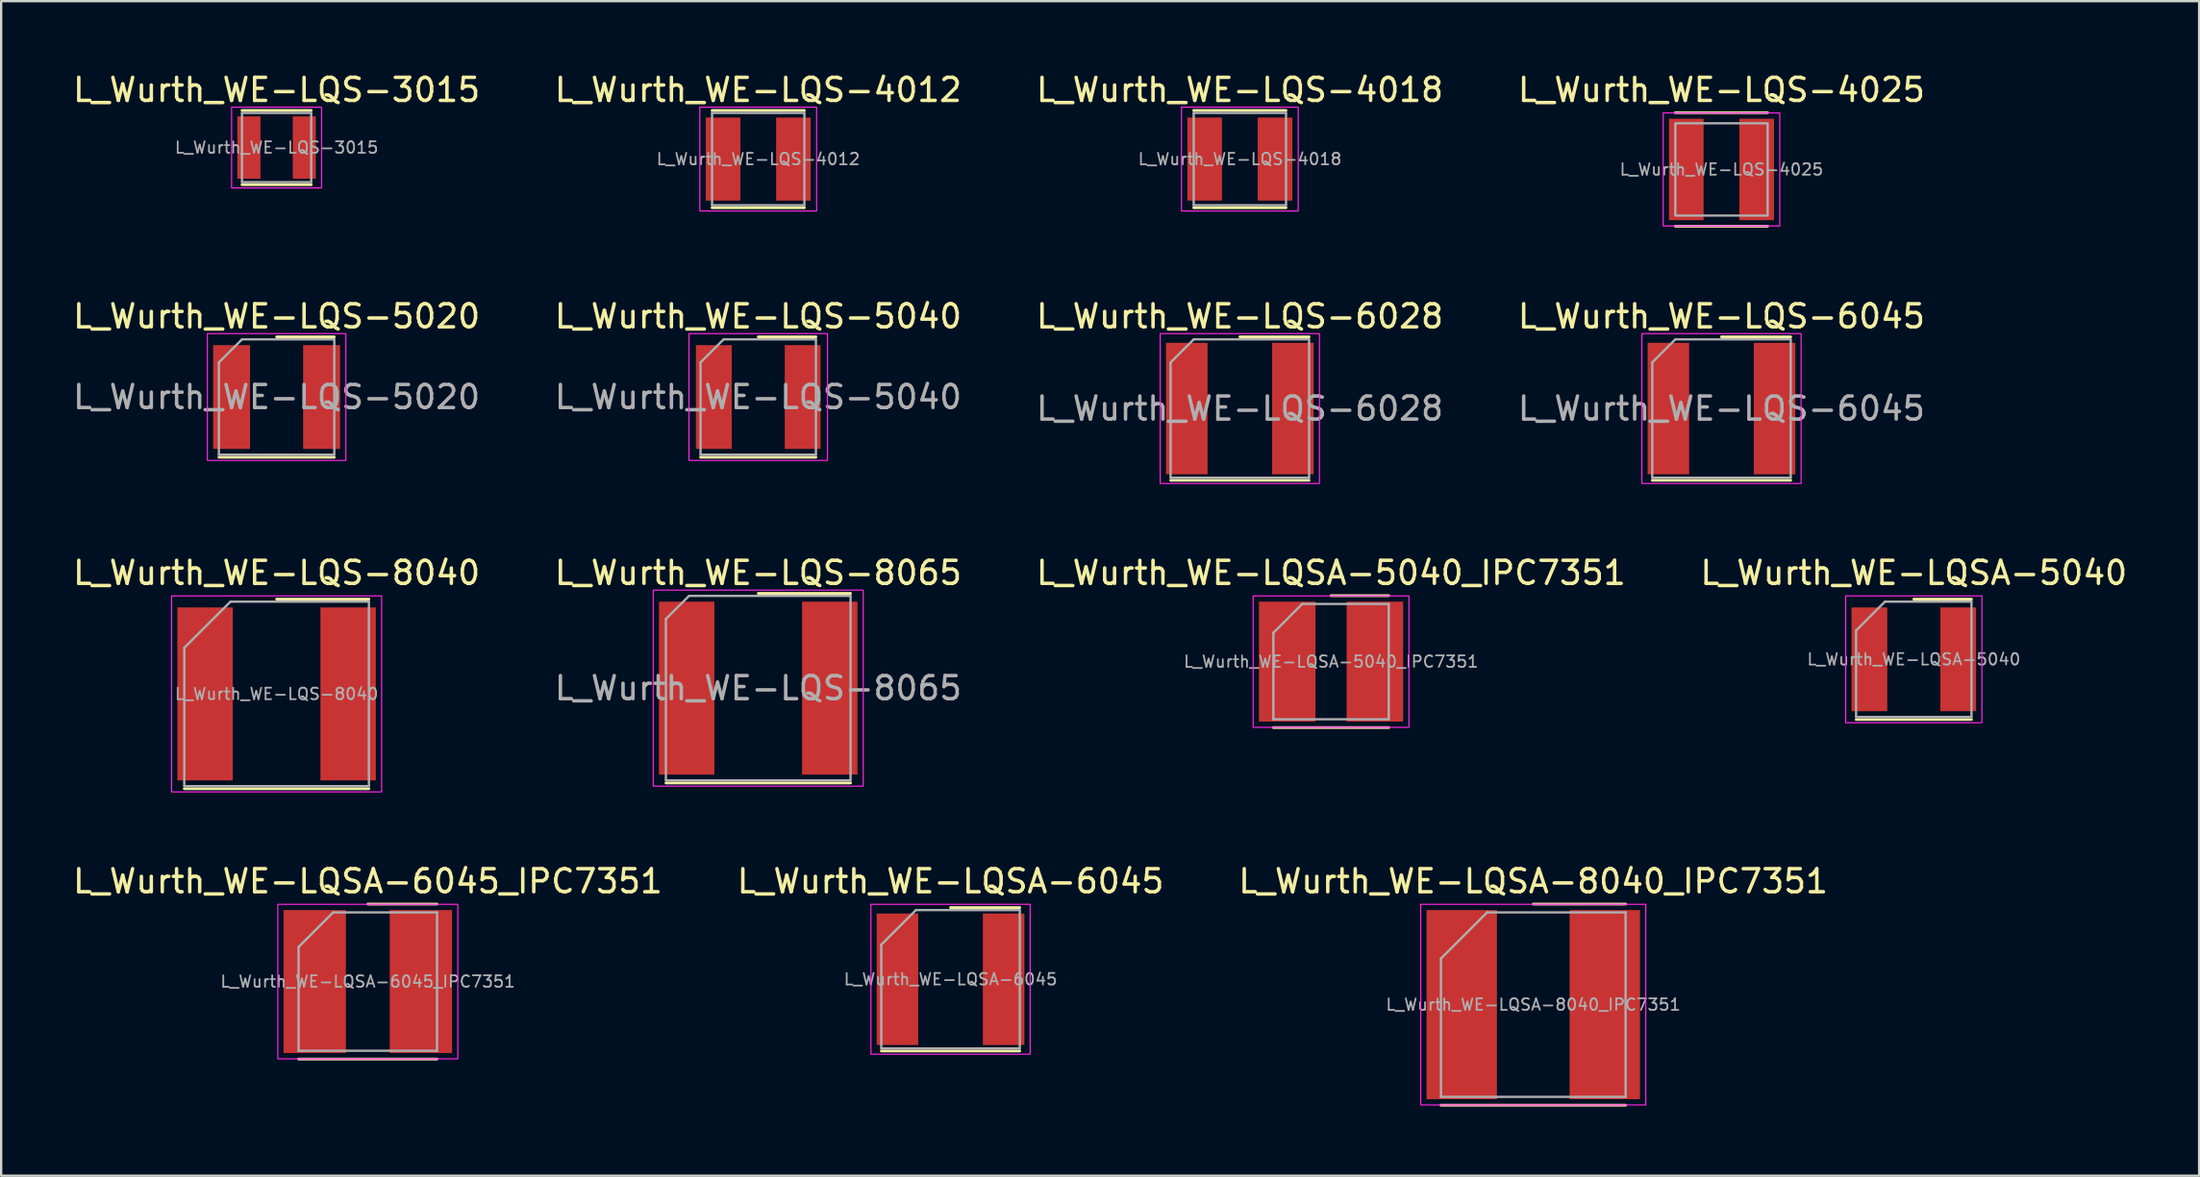
<source format=kicad_pcb>
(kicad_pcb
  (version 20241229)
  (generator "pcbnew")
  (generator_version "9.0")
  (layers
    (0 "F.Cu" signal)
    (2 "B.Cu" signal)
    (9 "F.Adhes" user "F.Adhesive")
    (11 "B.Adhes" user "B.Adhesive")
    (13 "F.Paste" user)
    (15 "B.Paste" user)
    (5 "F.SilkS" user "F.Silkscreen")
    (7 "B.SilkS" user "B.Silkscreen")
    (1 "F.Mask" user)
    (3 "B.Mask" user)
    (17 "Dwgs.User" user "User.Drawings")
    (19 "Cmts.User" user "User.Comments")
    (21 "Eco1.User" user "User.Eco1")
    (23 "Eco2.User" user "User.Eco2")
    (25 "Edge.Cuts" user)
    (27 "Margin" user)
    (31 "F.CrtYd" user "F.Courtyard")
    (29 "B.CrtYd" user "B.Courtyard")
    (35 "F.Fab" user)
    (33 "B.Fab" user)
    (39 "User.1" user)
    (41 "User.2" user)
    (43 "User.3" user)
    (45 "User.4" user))
  (footprint "L_Wurth_WE-LQS-4025"
    (layer "F.Cu")
    (at 71.542 4.298)
    (property "Reference" "L_Wurth_WE-LQS-4025" (at 0 -3.45 0) (unlocked yes) (layer "F.SilkS") (effects (font (size 1 1) (thickness 0.15))))
    (attr smd)
    (fp_line (start -2 -2.46) (end 2 -2.46) (stroke (width 0.12) (type solid)) (layer "F.SilkS"))
    (fp_line (start -2 2.46) (end 2 2.46) (stroke (width 0.12) (type solid)) (layer "F.SilkS"))
    (fp_rect (start -2.525 -2.45) (end 2.525 2.45) (stroke (width 0.05) (type solid)) (fill no) (layer "F.CrtYd"))
    (fp_rect (start -2 -2) (end 2 2) (stroke (width 0.1) (type solid)) (fill no) (layer "F.Fab"))
    (fp_text user "${REFERENCE}" (at 0 0 0) (unlocked yes) (layer "F.Fab") (effects (font (size 0.5 0.5) (thickness 0.075))))
    (pad "1" smd rect (at -1.525 0) (size 1.5 4.4) (layers "F.Cu" "F.Mask" "F.Paste"))
    (pad "2" smd rect (at 1.525 0) (size 1.5 4.4) (layers "F.Cu" "F.Mask" "F.Paste")))
  (footprint "L_Wurth_WE-LQS-5040"
    (layer "F.Cu")
    (at 29.804 14.166)
    (property "Reference" "L_Wurth_WE-LQS-5040" (at 0 -3.5 0) (unlocked yes) (layer "F.SilkS") (effects (font (size 1 1) (thickness 0.15))))
    (attr smd)
    (fp_line (start -2.5 2.61) (end 2.5 2.61) (stroke (width 0.12) (type solid)) (layer "F.SilkS"))
    (fp_line (start 0 -2.61) (end 2.5 -2.61) (stroke (width 0.12) (type solid)) (layer "F.SilkS"))
    (fp_rect (start -3 -2.75) (end 3 2.75) (stroke (width 0.05) (type solid)) (fill no) (layer "F.CrtYd"))
    (fp_line (start -2.5 -1.5) (end -2.5 2.5) (stroke (width 0.1) (type solid)) (layer "F.Fab"))
    (fp_line (start -2.5 -1.5) (end -1.5 -2.5) (stroke (width 0.1) (type solid)) (layer "F.Fab"))
    (fp_line (start -1.5 -2.5) (end 2.5 -2.5) (stroke (width 0.1) (type solid)) (layer "F.Fab"))
    (fp_line (start 2.5 -2.5) (end 2.5 2.5) (stroke (width 0.1) (type solid)) (layer "F.Fab"))
    (fp_line (start 2.5 2.5) (end -2.5 2.5) (stroke (width 0.1) (type solid)) (layer "F.Fab"))
    (fp_text user "${REFERENCE}" (at 0 0 0) (unlocked yes) (layer "F.Fab") (effects (font (size 1 1) (thickness 0.15))))
    (pad "1" smd rect (at -1.925 0) (size 1.55 4.5) (layers "F.Cu" "F.Mask" "F.Paste"))
    (pad "2" smd rect (at 1.925 0) (size 1.55 4.5) (layers "F.Cu" "F.Mask" "F.Paste")))
  (footprint "L_Wurth_WE-LQSA-6045"
    (layer "F.Cu")
    (at 38.137 39.413)
    (property "Reference" "L_Wurth_WE-LQSA-6045" (at 0 -4.25 0) (unlocked yes) (layer "F.SilkS") (effects (font (size 1 1) (thickness 0.15))))
    (attr smd)
    (fp_line (start -3 3.11) (end 3 3.11) (stroke (width 0.12) (type solid)) (layer "F.SilkS"))
    (fp_line (start 0 -3.11) (end 3 -3.11) (stroke (width 0.12) (type solid)) (layer "F.SilkS"))
    (fp_rect (start -3.45 -3.25) (end 3.45 3.25) (stroke (width 0.05) (type solid)) (fill no) (layer "F.CrtYd"))
    (fp_line (start -3 -1.5) (end -3 3) (stroke (width 0.1) (type solid)) (layer "F.Fab"))
    (fp_line (start -3 3) (end 3 3) (stroke (width 0.1) (type solid)) (layer "F.Fab"))
    (fp_line (start -1.5 -3) (end -3 -1.5) (stroke (width 0.1) (type solid)) (layer "F.Fab"))
    (fp_line (start 3 -3) (end -1.5 -3) (stroke (width 0.1) (type solid)) (layer "F.Fab"))
    (fp_line (start 3 3) (end 3 -3) (stroke (width 0.1) (type solid)) (layer "F.Fab"))
    (fp_text user "${REFERENCE}" (at 0 0 0) (unlocked yes) (layer "F.Fab") (effects (font (size 0.5 0.5) (thickness 0.075))))
    (pad "1" smd rect (at -2.3 0) (size 1.8 5.7) (layers "F.Cu" "F.Mask" "F.Paste"))
    (pad "2" smd rect (at 2.3 0) (size 1.8 5.7) (layers "F.Cu" "F.Mask" "F.Paste")))
  (footprint "L_Wurth_WE-LQSA-8040_IPC7351"
    (layer "F.Cu")
    (at 63.387 40.513)
    (property "Reference" "L_Wurth_WE-LQSA-8040_IPC7351" (at 0 -5.35 0) (unlocked yes) (layer "F.SilkS") (effects (font (size 1 1) (thickness 0.15))))
    (attr smd)
    (fp_line (start -4 4.36) (end 4 4.36) (stroke (width 0.12) (type solid)) (layer "F.SilkS"))
    (fp_line (start 0 -4.36) (end 4 -4.36) (stroke (width 0.12) (type solid)) (layer "F.SilkS"))
    (fp_rect (start -4.875 -4.35) (end 4.875 4.35) (stroke (width 0.05) (type solid)) (fill no) (layer "F.CrtYd"))
    (fp_line (start -4 -2) (end -4 4) (stroke (width 0.1) (type solid)) (layer "F.Fab"))
    (fp_line (start -4 4) (end 4 4) (stroke (width 0.1) (type solid)) (layer "F.Fab"))
    (fp_line (start -2 -4) (end -4 -2) (stroke (width 0.1) (type solid)) (layer "F.Fab"))
    (fp_line (start 4 -4) (end -2 -4) (stroke (width 0.1) (type solid)) (layer "F.Fab"))
    (fp_line (start 4 4) (end 4 -4) (stroke (width 0.1) (type solid)) (layer "F.Fab"))
    (fp_text user "${REFERENCE}" (at 0 0 0) (unlocked yes) (layer "F.Fab") (effects (font (size 0.5 0.5) (thickness 0.075))))
    (pad "1" smd rect (at -3.1 0) (size 3.05 8.2) (layers "F.Cu" "F.Mask" "F.Paste"))
    (pad "2" smd rect (at 3.1 0) (size 3.05 8.2) (layers "F.Cu" "F.Mask" "F.Paste")))
  (footprint "L_Wurth_WE-LQS-4018"
    (layer "F.Cu")
    (at 50.673 3.848)
    (property "Reference" "L_Wurth_WE-LQS-4018" (at 0 -3 0) (unlocked yes) (layer "F.SilkS") (effects (font (size 1 1) (thickness 0.15))))
    (attr smd)
    (fp_line (start -2 -2.11) (end 2 -2.11) (stroke (width 0.12) (type solid)) (layer "F.SilkS"))
    (fp_line (start -2 2.11) (end 2 2.11) (stroke (width 0.12) (type solid)) (layer "F.SilkS"))
    (fp_rect (start -2.53 -2.25) (end 2.53 2.25) (stroke (width 0.05) (type solid)) (fill no) (layer "F.CrtYd"))
    (fp_line (start -2 -2) (end -2 2) (stroke (width 0.1) (type solid)) (layer "F.Fab"))
    (fp_line (start -2 -2) (end 2 -2) (stroke (width 0.1) (type solid)) (layer "F.Fab"))
    (fp_line (start -2 2) (end 2 2) (stroke (width 0.1) (type solid)) (layer "F.Fab"))
    (fp_line (start 2 -2) (end 2 2) (stroke (width 0.1) (type solid)) (layer "F.Fab"))
    (fp_text user "${REFERENCE}" (at 0 0 0) (unlocked yes) (layer "F.Fab") (effects (font (size 0.5 0.5) (thickness 0.075))))
    (pad "1" smd rect (at -1.525 0) (size 1.5 3.6) (layers "F.Cu" "F.Mask" "F.Paste"))
    (pad "2" smd rect (at 1.525 0) (size 1.5 3.6) (layers "F.Cu" "F.Mask" "F.Paste")))
  (footprint "L_Wurth_WE-LQS-8065"
    (layer "F.Cu")
    (at 29.804 26.79)
    (property "Reference" "L_Wurth_WE-LQS-8065" (at 0 -5 0) (unlocked yes) (layer "F.SilkS") (effects (font (size 1 1) (thickness 0.15))))
    (attr smd)
    (fp_line (start -4 4.11) (end 4 4.11) (stroke (width 0.12) (type solid)) (layer "F.SilkS"))
    (fp_line (start 0 -4.11) (end 4 -4.11) (stroke (width 0.12) (type solid)) (layer "F.SilkS"))
    (fp_rect (start -4.55 -4.25) (end 4.55 4.25) (stroke (width 0.05) (type solid)) (fill no) (layer "F.CrtYd"))
    (fp_line (start -4 -3) (end -4 4) (stroke (width 0.1) (type solid)) (layer "F.Fab"))
    (fp_line (start -3 -4) (end -4 -3) (stroke (width 0.1) (type solid)) (layer "F.Fab"))
    (fp_line (start -3 -4) (end 4 -4) (stroke (width 0.1) (type solid)) (layer "F.Fab"))
    (fp_line (start 4 -4) (end 4 4) (stroke (width 0.1) (type solid)) (layer "F.Fab"))
    (fp_line (start 4 4) (end -4 4) (stroke (width 0.1) (type solid)) (layer "F.Fab"))
    (fp_text user "${REFERENCE}" (at 0 0 0) (unlocked yes) (layer "F.Fab") (effects (font (size 1 1) (thickness 0.15))))
    (pad "1" smd rect (at -3.1 0) (size 2.4 7.5) (layers "F.Cu" "F.Mask" "F.Paste"))
    (pad "2" smd rect (at 3.1 0) (size 2.4 7.5) (layers "F.Cu" "F.Mask" "F.Paste")))
  (footprint "L_Wurth_WE-LQSA-6045_IPC7351"
    (layer "F.Cu")
    (at 12.887 39.513)
    (property "Reference" "L_Wurth_WE-LQSA-6045_IPC7351" (at 0 -4.35 0) (unlocked yes) (layer "F.SilkS") (effects (font (size 1 1) (thickness 0.15))))
    (attr smd)
    (fp_line (start -3 3.36) (end 3 3.36) (stroke (width 0.12) (type solid)) (layer "F.SilkS"))
    (fp_line (start 0 -3.36) (end 3 -3.36) (stroke (width 0.12) (type solid)) (layer "F.SilkS"))
    (fp_rect (start -3.9 -3.35) (end 3.9 3.35) (stroke (width 0.05) (type solid)) (fill no) (layer "F.CrtYd"))
    (fp_line (start -3 -1.5) (end -3 3) (stroke (width 0.1) (type solid)) (layer "F.Fab"))
    (fp_line (start -3 3) (end 3 3) (stroke (width 0.1) (type solid)) (layer "F.Fab"))
    (fp_line (start -1.5 -3) (end -3 -1.5) (stroke (width 0.1) (type solid)) (layer "F.Fab"))
    (fp_line (start 3 -3) (end -1.5 -3) (stroke (width 0.1) (type solid)) (layer "F.Fab"))
    (fp_line (start 3 3) (end 3 -3) (stroke (width 0.1) (type solid)) (layer "F.Fab"))
    (fp_text user "${REFERENCE}" (at 0 0 0) (unlocked yes) (layer "F.Fab") (effects (font (size 0.5 0.5) (thickness 0.075))))
    (pad "1" smd rect (at -2.3 0) (size 2.7 6.2) (layers "F.Cu" "F.Mask" "F.Paste"))
    (pad "2" smd rect (at 2.3 0) (size 2.7 6.2) (layers "F.Cu" "F.Mask" "F.Paste")))
  (footprint "L_Wurth_WE-LQS-3015"
    (layer "F.Cu")
    (at 8.935 3.348)
    (property "Reference" "L_Wurth_WE-LQS-3015" (at 0 -2.5 0) (unlocked yes) (layer "F.SilkS") (effects (font (size 1 1) (thickness 0.15))))
    (attr smd)
    (fp_line (start -1.5 -1.61) (end 1.5 -1.61) (stroke (width 0.12) (type solid)) (layer "F.SilkS"))
    (fp_line (start -1.5 1.61) (end 1.5 1.61) (stroke (width 0.12) (type solid)) (layer "F.SilkS"))
    (fp_rect (start -1.95 -1.75) (end 1.95 1.75) (stroke (width 0.05) (type solid)) (fill no) (layer "F.CrtYd"))
    (fp_line (start -1.5 -1.5) (end -1.5 1.5) (stroke (width 0.1) (type solid)) (layer "F.Fab"))
    (fp_line (start -1.5 -1.5) (end 1.5 -1.5) (stroke (width 0.1) (type solid)) (layer "F.Fab"))
    (fp_line (start -1.5 1.5) (end 1.5 1.5) (stroke (width 0.1) (type solid)) (layer "F.Fab"))
    (fp_line (start 1.5 -1.5) (end 1.5 1.5) (stroke (width 0.1) (type solid)) (layer "F.Fab"))
    (fp_text user "${REFERENCE}" (at 0 0 0) (unlocked yes) (layer "F.Fab") (effects (font (size 0.5 0.5) (thickness 0.075))))
    (pad "1" smd rect (at -1.2 0) (size 1 2.7) (layers "F.Cu" "F.Mask" "F.Paste"))
    (pad "2" smd rect (at 1.2 0) (size 1 2.7) (layers "F.Cu" "F.Mask" "F.Paste")))
  (footprint "L_Wurth_WE-LQSA-5040"
    (layer "F.Cu")
    (at 79.875 25.54)
    (property "Reference" "L_Wurth_WE-LQSA-5040" (at 0 -3.75 0) (unlocked yes) (layer "F.SilkS") (effects (font (size 1 1) (thickness 0.15))))
    (attr smd)
    (fp_line (start -2.5 2.61) (end 2.5 2.61) (stroke (width 0.12) (type solid)) (layer "F.SilkS"))
    (fp_line (start 0 -2.61) (end 2.5 -2.61) (stroke (width 0.12) (type solid)) (layer "F.SilkS"))
    (fp_rect (start -2.95 -2.75) (end 2.95 2.75) (stroke (width 0.05) (type solid)) (fill no) (layer "F.CrtYd"))
    (fp_line (start -2.5 -1.25) (end -2.5 2.5) (stroke (width 0.1) (type solid)) (layer "F.Fab"))
    (fp_line (start -2.5 2.5) (end 2.5 2.5) (stroke (width 0.1) (type solid)) (layer "F.Fab"))
    (fp_line (start -1.25 -2.5) (end -2.5 -1.25) (stroke (width 0.1) (type solid)) (layer "F.Fab"))
    (fp_line (start 2.5 -2.5) (end -1.25 -2.5) (stroke (width 0.1) (type solid)) (layer "F.Fab"))
    (fp_line (start 2.5 2.5) (end 2.5 -2.5) (stroke (width 0.1) (type solid)) (layer "F.Fab"))
    (fp_text user "${REFERENCE}" (at 0 0 0) (unlocked yes) (layer "F.Fab") (effects (font (size 0.5 0.5) (thickness 0.075))))
    (pad "1" smd rect (at -1.925 0) (size 1.55 4.5) (layers "F.Cu" "F.Mask" "F.Paste"))
    (pad "2" smd rect (at 1.925 0) (size 1.55 4.5) (layers "F.Cu" "F.Mask" "F.Paste")))
  (footprint "L_Wurth_WE-LQS-4012"
    (layer "F.Cu")
    (at 29.804 3.848)
    (property "Reference" "L_Wurth_WE-LQS-4012" (at 0 -3 0) (unlocked yes) (layer "F.SilkS") (effects (font (size 1 1) (thickness 0.15))))
    (attr smd)
    (fp_line (start -2 -2.11) (end 2 -2.11) (stroke (width 0.12) (type solid)) (layer "F.SilkS"))
    (fp_line (start -2 2.11) (end 2 2.11) (stroke (width 0.12) (type solid)) (layer "F.SilkS"))
    (fp_rect (start -2.53 -2.25) (end 2.53 2.25) (stroke (width 0.05) (type solid)) (fill no) (layer "F.CrtYd"))
    (fp_line (start -2 -2) (end -2 2) (stroke (width 0.1) (type solid)) (layer "F.Fab"))
    (fp_line (start -2 -2) (end 2 -2) (stroke (width 0.1) (type solid)) (layer "F.Fab"))
    (fp_line (start -2 2) (end 2 2) (stroke (width 0.1) (type solid)) (layer "F.Fab"))
    (fp_line (start 2 -2) (end 2 2) (stroke (width 0.1) (type solid)) (layer "F.Fab"))
    (fp_text user "${REFERENCE}" (at 0 0 0) (unlocked yes) (layer "F.Fab") (effects (font (size 0.5 0.5) (thickness 0.075))))
    (pad "1" smd rect (at -1.525 0) (size 1.5 3.6) (layers "F.Cu" "F.Mask" "F.Paste"))
    (pad "2" smd rect (at 1.525 0) (size 1.5 3.6) (layers "F.Cu" "F.Mask" "F.Paste")))
  (footprint "L_Wurth_WE-LQS-5020"
    (layer "F.Cu")
    (at 8.935 14.166)
    (property "Reference" "L_Wurth_WE-LQS-5020" (at 0 -3.5 0) (unlocked yes) (layer "F.SilkS") (effects (font (size 1 1) (thickness 0.15))))
    (attr smd)
    (fp_line (start -2.5 2.61) (end 2.5 2.61) (stroke (width 0.12) (type solid)) (layer "F.SilkS"))
    (fp_line (start 0 -2.61) (end 2.5 -2.61) (stroke (width 0.12) (type solid)) (layer "F.SilkS"))
    (fp_rect (start -3 -2.75) (end 3 2.75) (stroke (width 0.05) (type solid)) (fill no) (layer "F.CrtYd"))
    (fp_line (start -2.5 -1.5) (end -2.5 2.5) (stroke (width 0.1) (type solid)) (layer "F.Fab"))
    (fp_line (start -1.5 -2.5) (end -2.5 -1.5) (stroke (width 0.1) (type solid)) (layer "F.Fab"))
    (fp_line (start -1.5 -2.5) (end 2.5 -2.5) (stroke (width 0.1) (type solid)) (layer "F.Fab"))
    (fp_line (start 2.5 -2.5) (end 2.5 2.5) (stroke (width 0.1) (type solid)) (layer "F.Fab"))
    (fp_line (start 2.5 2.5) (end -2.5 2.5) (stroke (width 0.1) (type solid)) (layer "F.Fab"))
    (fp_text user "${REFERENCE}" (at 0 0 0) (unlocked yes) (layer "F.Fab") (effects (font (size 1 1) (thickness 0.15))))
    (pad "1" smd rect (at -1.95 0) (size 1.6 4.5) (layers "F.Cu" "F.Mask" "F.Paste"))
    (pad "2" smd rect (at 1.95 0) (size 1.6 4.5) (layers "F.Cu" "F.Mask" "F.Paste")))
  (footprint "L_Wurth_WE-LQSA-5040_IPC7351"
    (layer "F.Cu")
    (at 54.625 25.64)
    (property "Reference" "L_Wurth_WE-LQSA-5040_IPC7351" (at 0 -3.85 0) (unlocked yes) (layer "F.SilkS") (effects (font (size 1 1) (thickness 0.15))))
    (attr smd)
    (fp_line (start -2.5 2.86) (end 2.5 2.86) (stroke (width 0.12) (type solid)) (layer "F.SilkS"))
    (fp_line (start 0 -2.86) (end 2.5 -2.86) (stroke (width 0.12) (type solid)) (layer "F.SilkS"))
    (fp_rect (start -3.375 -2.85) (end 3.375 2.85) (stroke (width 0.05) (type solid)) (fill no) (layer "F.CrtYd"))
    (fp_line (start -2.5 -1.25) (end -2.5 2.5) (stroke (width 0.1) (type solid)) (layer "F.Fab"))
    (fp_line (start -2.5 2.5) (end 2.5 2.5) (stroke (width 0.1) (type solid)) (layer "F.Fab"))
    (fp_line (start -1.25 -2.5) (end -2.5 -1.25) (stroke (width 0.1) (type solid)) (layer "F.Fab"))
    (fp_line (start 2.5 -2.5) (end -1.25 -2.5) (stroke (width 0.1) (type solid)) (layer "F.Fab"))
    (fp_line (start 2.5 2.5) (end 2.5 -2.5) (stroke (width 0.1) (type solid)) (layer "F.Fab"))
    (fp_text user "${REFERENCE}" (at 0 0 0) (unlocked yes) (layer "F.Fab") (effects (font (size 0.5 0.5) (thickness 0.075))))
    (pad "1" smd rect (at -1.9 0) (size 2.45 5.2) (layers "F.Cu" "F.Mask" "F.Paste"))
    (pad "2" smd rect (at 1.9 0) (size 2.45 5.2) (layers "F.Cu" "F.Mask" "F.Paste")))
  (footprint "L_Wurth_WE-LQS-6045"
    (layer "F.Cu")
    (at 71.542 14.666)
    (property "Reference" "L_Wurth_WE-LQS-6045" (at 0 -4 0) (unlocked yes) (layer "F.SilkS") (effects (font (size 1 1) (thickness 0.15))))
    (attr smd)
    (fp_line (start -3 3.11) (end 3 3.11) (stroke (width 0.12) (type solid)) (layer "F.SilkS"))
    (fp_line (start 0 -3.11) (end 3 -3.11) (stroke (width 0.12) (type solid)) (layer "F.SilkS"))
    (fp_rect (start -3.45 -3.25) (end 3.45 3.25) (stroke (width 0.05) (type solid)) (fill no) (layer "F.CrtYd"))
    (fp_line (start -3 -2) (end -3 3) (stroke (width 0.1) (type solid)) (layer "F.Fab"))
    (fp_line (start -2 -3) (end -3 -2) (stroke (width 0.1) (type solid)) (layer "F.Fab"))
    (fp_line (start -2 -3) (end 3 -3) (stroke (width 0.1) (type solid)) (layer "F.Fab"))
    (fp_line (start 3 -3) (end 3 3) (stroke (width 0.1) (type solid)) (layer "F.Fab"))
    (fp_line (start 3 3) (end -3 3) (stroke (width 0.1) (type solid)) (layer "F.Fab"))
    (fp_text user "${REFERENCE}" (at 0 0 0) (unlocked yes) (layer "F.Fab") (effects (font (size 1 1) (thickness 0.15))))
    (pad "1" smd rect (at -2.3 0) (size 1.8 5.7) (layers "F.Cu" "F.Mask" "F.Paste"))
    (pad "2" smd rect (at 2.3 0) (size 1.8 5.7) (layers "F.Cu" "F.Mask" "F.Paste")))
  (footprint "L_Wurth_WE-LQS-6028"
    (layer "F.Cu")
    (at 50.673 14.666)
    (property "Reference" "L_Wurth_WE-LQS-6028" (at 0 -4 0) (unlocked yes) (layer "F.SilkS") (effects (font (size 1 1) (thickness 0.15))))
    (attr smd)
    (fp_line (start -3 3.11) (end 3 3.11) (stroke (width 0.12) (type solid)) (layer "F.SilkS"))
    (fp_line (start 0 -3.11) (end 3 -3.11) (stroke (width 0.12) (type solid)) (layer "F.SilkS"))
    (fp_rect (start -3.45 -3.25) (end 3.45 3.25) (stroke (width 0.05) (type solid)) (fill no) (layer "F.CrtYd"))
    (fp_line (start -3 -2) (end -3 3) (stroke (width 0.1) (type solid)) (layer "F.Fab"))
    (fp_line (start -2 -3) (end -3 -2) (stroke (width 0.1) (type solid)) (layer "F.Fab"))
    (fp_line (start -2 -3) (end 3 -3) (stroke (width 0.1) (type solid)) (layer "F.Fab"))
    (fp_line (start 3 -3) (end 3 3) (stroke (width 0.1) (type solid)) (layer "F.Fab"))
    (fp_line (start 3 3) (end -3 3) (stroke (width 0.1) (type solid)) (layer "F.Fab"))
    (fp_text user "${REFERENCE}" (at 0 0 0) (unlocked yes) (layer "F.Fab") (effects (font (size 1 1) (thickness 0.15))))
    (pad "1" smd rect (at -2.3 0) (size 1.8 5.7) (layers "F.Cu" "F.Mask" "F.Paste"))
    (pad "2" smd rect (at 2.3 0) (size 1.8 5.7) (layers "F.Cu" "F.Mask" "F.Paste")))
  (footprint "L_Wurth_WE-LQS-8040"
    (layer "F.Cu")
    (at 8.935 27.04)
    (property "Reference" "L_Wurth_WE-LQS-8040" (at 0 -5.25 0) (unlocked yes) (layer "F.SilkS") (effects (font (size 1 1) (thickness 0.15))))
    (attr smd)
    (fp_line (start -4 4.11) (end 4 4.11) (stroke (width 0.12) (type solid)) (layer "F.SilkS"))
    (fp_line (start 0 -4.11) (end 4 -4.11) (stroke (width 0.12) (type solid)) (layer "F.SilkS"))
    (fp_rect (start -4.55 -4.25) (end 4.55 4.25) (stroke (width 0.05) (type solid)) (fill no) (layer "F.CrtYd"))
    (fp_line (start -4 -2) (end -4 4) (stroke (width 0.1) (type solid)) (layer "F.Fab"))
    (fp_line (start -4 4) (end 4 4) (stroke (width 0.1) (type solid)) (layer "F.Fab"))
    (fp_line (start -2 -4) (end -4 -2) (stroke (width 0.1) (type solid)) (layer "F.Fab"))
    (fp_line (start 4 -4) (end -2 -4) (stroke (width 0.1) (type solid)) (layer "F.Fab"))
    (fp_line (start 4 4) (end 4 -4) (stroke (width 0.1) (type solid)) (layer "F.Fab"))
    (fp_text user "${REFERENCE}" (at 0 0 0) (unlocked yes) (layer "F.Fab") (effects (font (size 0.5 0.5) (thickness 0.075))))
    (pad "1" smd rect (at -3.1 0) (size 2.4 7.5) (layers "F.Cu" "F.Mask" "F.Paste"))
    (pad "2" smd rect (at 3.1 0) (size 2.4 7.5) (layers "F.Cu" "F.Mask" "F.Paste")))
  (gr_rect
    (start -3 -3)
    (end 92.238 47.933)
    (stroke (width 0.1) (type default))
    (fill no)
    (layer "Edge.Cuts")))
</source>
